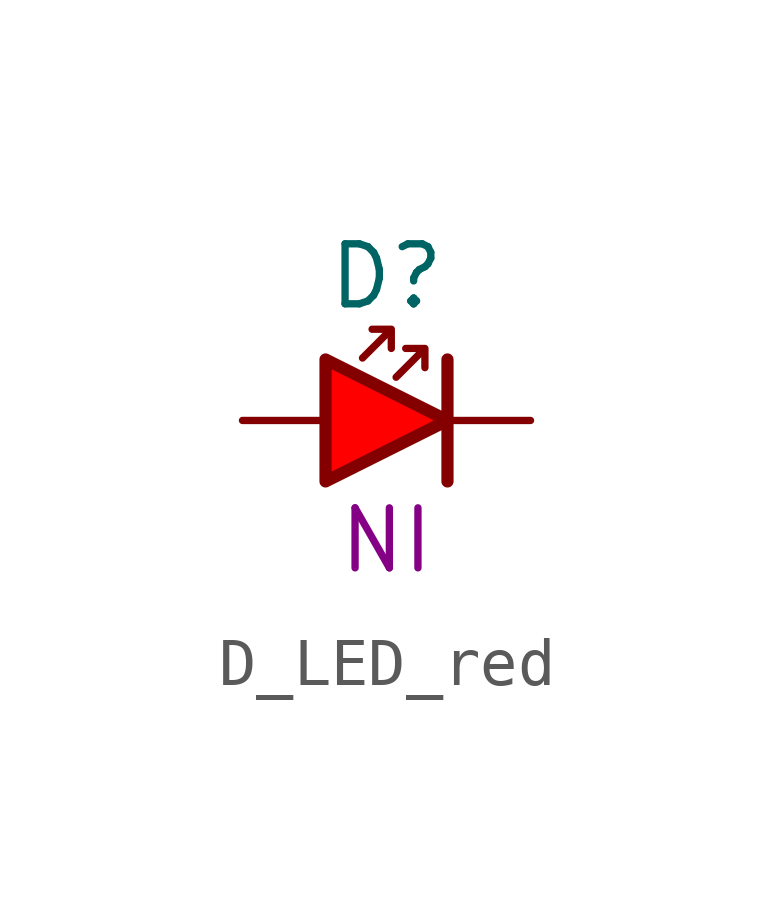
<source format=kicad_sym>
(kicad_symbol_lib
  (version 20241209)
  (generator "kicad_symbol_editor")
  (generator_version "9.0")
  (symbol "D_LED_red"
    (pin_numbers
      (hide yes))
    (pin_names
      (offset 0)
      (hide yes))
    (property "Reference" "D"
      (at 3 3 0)
      (do_not_autoplace)
      (effects (font (size 1.25 1.25))))
    (property "Part#" "NI"
      (at 3 -2.5 0)
      (do_not_autoplace)
      (effects (font (size 1.25 1.25))))
    (symbol "D_LED_red_0_1"
      (polyline (pts (xy 2.5 1.3) (xy 3.1 1.9) (xy 2.7 1.9) (xy 3.1 1.9) (xy 3.1 1.5)) (stroke (width 0) (type default)) (fill (type none)))
      (polyline (pts (xy 3.2 0.9) (xy 3.8 1.5) (xy 3.4 1.5) (xy 3.8 1.5) (xy 3.8 1.1)) (stroke (width 0) (type default)) (fill (type none)))
      (polyline (pts (xy 4.27 1.27) (xy 4.27 -1.27)) (stroke (width 0.254) (type default)) (fill (type none))))
    (symbol "D_LED_red_1_1"
      (polyline (pts (xy 1.73 1.27) (xy 1.73 -1.27) (xy 4.27 0) (xy 1.73 1.27)) (stroke (width 0.254) (type default)) (fill (type color) (color 255 0 0 1)))
      (pin passive line (at 0 0 0) (length 1.7) (name "A" (effects (font (size 1.25 1.25)))) (number "A" (effects (font (size 1.25 1.25)))))
      (pin passive line (at 6 0 180) (length 1.7) (name "K" (effects (font (size 1.25 1.25)))) (number "K" (effects (font (size 1.25 1.25))))))))
</source>
